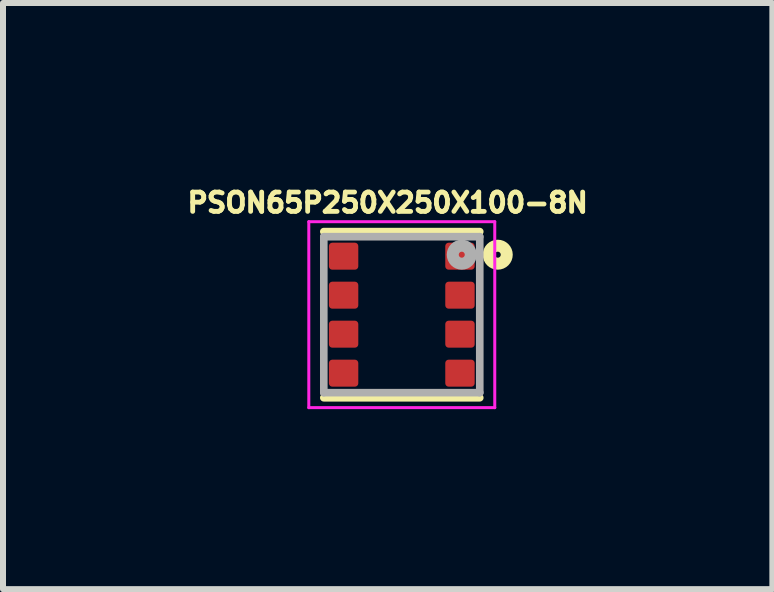
<source format=kicad_pcb>
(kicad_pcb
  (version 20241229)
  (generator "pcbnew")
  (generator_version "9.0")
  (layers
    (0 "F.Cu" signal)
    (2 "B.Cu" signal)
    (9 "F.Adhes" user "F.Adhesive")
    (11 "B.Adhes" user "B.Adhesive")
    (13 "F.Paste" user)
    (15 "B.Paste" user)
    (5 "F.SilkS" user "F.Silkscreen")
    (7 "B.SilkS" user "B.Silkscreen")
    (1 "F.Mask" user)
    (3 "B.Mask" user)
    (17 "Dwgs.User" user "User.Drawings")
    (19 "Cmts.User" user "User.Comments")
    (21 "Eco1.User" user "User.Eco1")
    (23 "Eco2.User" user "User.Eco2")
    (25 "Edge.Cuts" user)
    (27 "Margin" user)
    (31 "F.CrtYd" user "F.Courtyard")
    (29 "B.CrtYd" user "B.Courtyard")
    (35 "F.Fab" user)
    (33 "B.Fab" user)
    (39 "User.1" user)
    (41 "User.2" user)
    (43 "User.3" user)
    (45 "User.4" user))
  (footprint "PSON65P250X250X100-8N"
    (layer "F.Cu")
    (at 3.648 2.196)
    (property "Reference" "PSON65P250X250X100-8N" (at -0.235 -1.867 0) (layer "F.SilkS") (effects (font (size 0.322 0.322) (thickness 0.15))))
    (attr smd)
    (fp_line (start -1.3 -1.385) (end 1.3 -1.385) (stroke (width 0.127) (type solid)) (layer "F.SilkS"))
    (fp_line (start -1.3 1.385) (end 1.3 1.385) (stroke (width 0.127) (type solid)) (layer "F.SilkS"))
    (fp_circle (center 1.6 -1) (end 1.65 -1) (stroke (width 0.2) (type solid)) (fill no) (layer "F.SilkS"))
    (fp_line (start -1.55 -1.55) (end 1.55 -1.55) (stroke (width 0.05) (type solid)) (layer "F.CrtYd"))
    (fp_line (start -1.55 1.55) (end -1.55 -1.55) (stroke (width 0.05) (type solid)) (layer "F.CrtYd"))
    (fp_line (start 1.55 -1.55) (end 1.55 1.55) (stroke (width 0.05) (type solid)) (layer "F.CrtYd"))
    (fp_line (start 1.55 1.55) (end -1.55 1.55) (stroke (width 0.05) (type solid)) (layer "F.CrtYd"))
    (fp_line (start -1.3 -1.3) (end -1.3 1.3) (stroke (width 0.127) (type solid)) (layer "F.Fab"))
    (fp_line (start -1.3 1.3) (end 1.3 1.3) (stroke (width 0.127) (type solid)) (layer "F.Fab"))
    (fp_line (start 1.3 -1.3) (end -1.3 -1.3) (stroke (width 0.127) (type solid)) (layer "F.Fab"))
    (fp_line (start 1.3 1.3) (end 1.3 -1.3) (stroke (width 0.127) (type solid)) (layer "F.Fab"))
    (fp_circle (center 1 -1) (end 1.05 -1) (stroke (width 0.2) (type solid)) (fill no) (layer "F.Fab"))
    (pad "1" smd roundrect (at 0.97 -0.975) (size 0.49 0.45) (layers "F.Cu" "F.Mask" "F.Paste") (roundrect_rratio 0.125))
    (pad "2" smd roundrect (at 0.97 -0.325) (size 0.49 0.45) (layers "F.Cu" "F.Mask" "F.Paste") (roundrect_rratio 0.125))
    (pad "3" smd roundrect (at 0.97 0.325) (size 0.49 0.45) (layers "F.Cu" "F.Mask" "F.Paste") (roundrect_rratio 0.125))
    (pad "4" smd roundrect (at 0.97 0.975) (size 0.49 0.45) (layers "F.Cu" "F.Mask" "F.Paste") (roundrect_rratio 0.125))
    (pad "5" smd roundrect (at -0.97 0.975) (size 0.49 0.45) (layers "F.Cu" "F.Mask" "F.Paste") (roundrect_rratio 0.125))
    (pad "6" smd roundrect (at -0.97 0.325) (size 0.49 0.45) (layers "F.Cu" "F.Mask" "F.Paste") (roundrect_rratio 0.125))
    (pad "7" smd roundrect (at -0.97 -0.325) (size 0.49 0.45) (layers "F.Cu" "F.Mask" "F.Paste") (roundrect_rratio 0.125))
    (pad "8" smd roundrect (at -0.97 -0.975) (size 0.49 0.45) (layers "F.Cu" "F.Mask" "F.Paste") (roundrect_rratio 0.125)))
  (gr_rect
    (start -3 -3)
    (end 9.826 6.771)
    (stroke (width 0.1) (type default))
    (fill no)
    (layer "Edge.Cuts")))
</source>
